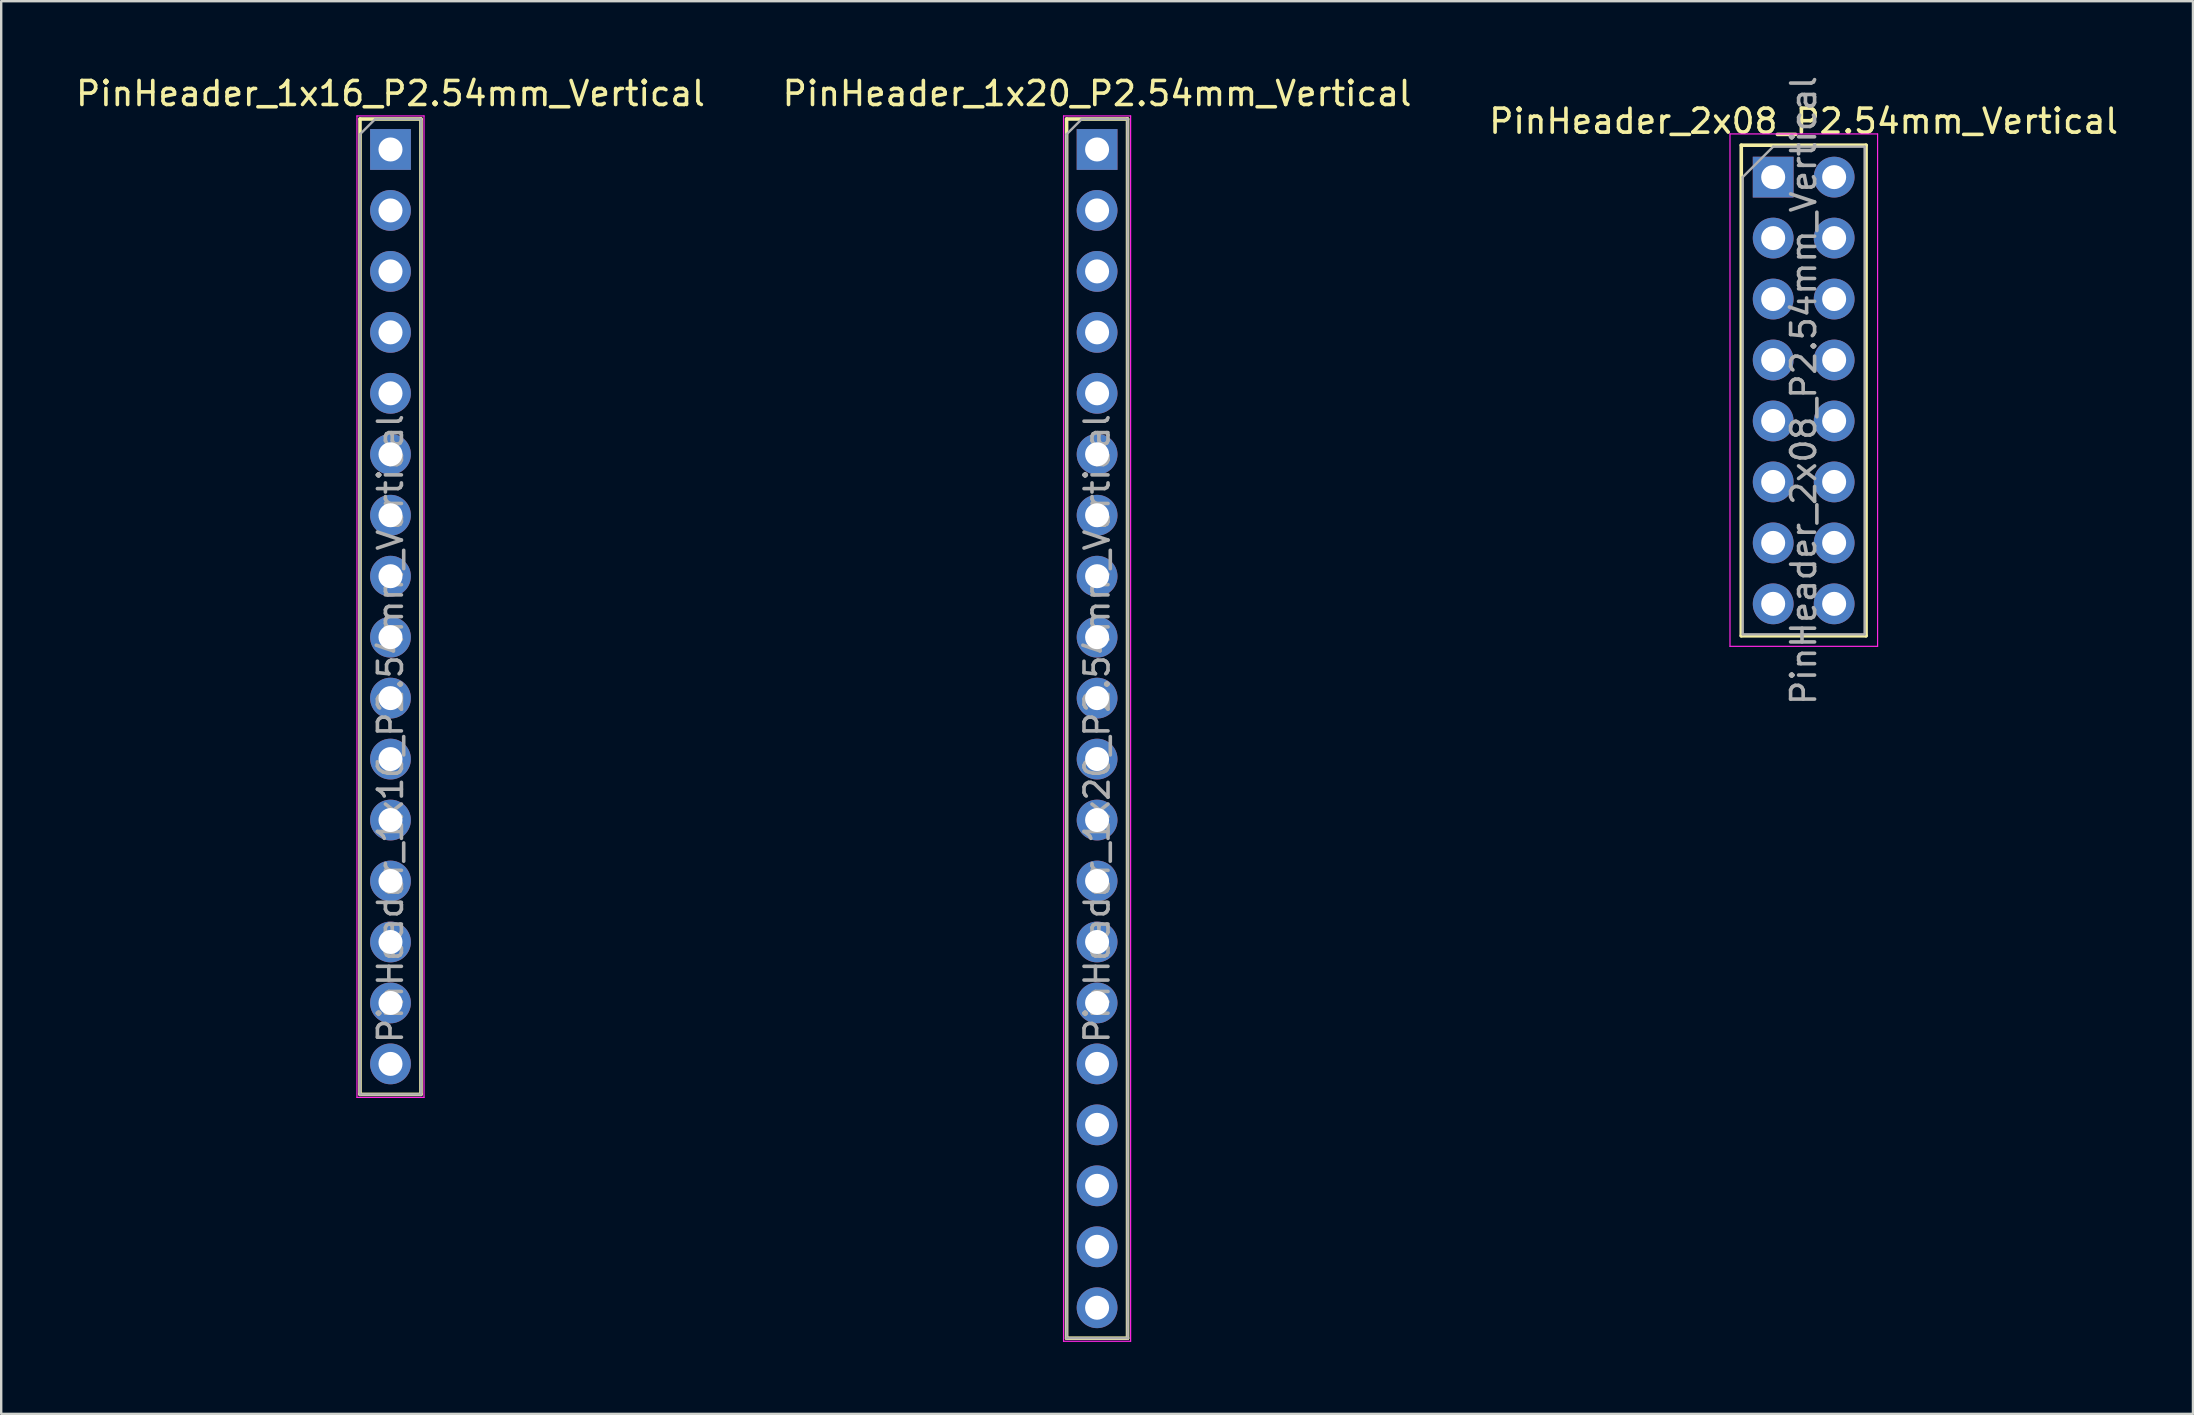
<source format=kicad_pcb>
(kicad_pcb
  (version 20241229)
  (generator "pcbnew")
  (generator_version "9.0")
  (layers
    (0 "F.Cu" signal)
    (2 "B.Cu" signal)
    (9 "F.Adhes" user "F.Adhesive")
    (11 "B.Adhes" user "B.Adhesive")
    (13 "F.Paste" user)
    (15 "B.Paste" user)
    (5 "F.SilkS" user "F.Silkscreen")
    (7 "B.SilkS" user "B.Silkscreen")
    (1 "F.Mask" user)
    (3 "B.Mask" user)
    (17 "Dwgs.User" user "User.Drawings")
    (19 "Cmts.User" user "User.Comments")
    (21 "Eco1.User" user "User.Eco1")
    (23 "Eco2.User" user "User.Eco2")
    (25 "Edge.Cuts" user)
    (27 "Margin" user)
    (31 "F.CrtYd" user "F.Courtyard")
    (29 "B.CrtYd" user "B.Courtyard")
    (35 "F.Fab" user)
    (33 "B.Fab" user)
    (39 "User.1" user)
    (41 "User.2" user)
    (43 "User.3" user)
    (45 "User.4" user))
  (footprint "PinHeader_2x08_P2.54mm_Vertical"
    (layer "F.Cu")
    (at 70.831 4.33)
    (property "Reference" "PinHeader_2x08_P2.54mm_Vertical" (at 1.27 -2.33 0) (layer "F.SilkS") (effects (font (size 1 1) (thickness 0.15))))
    (attr through_hole)
    (fp_line (start -1.33 -1.33) (end -1.33 19.11) (stroke (width 0.15) (type solid)) (layer "F.SilkS"))
    (fp_line (start -1.33 -1.33) (end 3.87 -1.33) (stroke (width 0.15) (type solid)) (layer "F.SilkS"))
    (fp_line (start -1.33 19.11) (end 3.87 19.11) (stroke (width 0.15) (type solid)) (layer "F.SilkS"))
    (fp_line (start 3.87 -1.33) (end 3.87 19.11) (stroke (width 0.15) (type solid)) (layer "F.SilkS"))
    (fp_line (start -1.8 -1.8) (end -1.8 19.55) (stroke (width 0.05) (type solid)) (layer "F.CrtYd"))
    (fp_line (start -1.8 19.55) (end 4.35 19.55) (stroke (width 0.05) (type solid)) (layer "F.CrtYd"))
    (fp_line (start 4.35 -1.8) (end -1.8 -1.8) (stroke (width 0.05) (type solid)) (layer "F.CrtYd"))
    (fp_line (start 4.35 19.55) (end 4.35 -1.8) (stroke (width 0.05) (type solid)) (layer "F.CrtYd"))
    (fp_line (start -1.27 0) (end 0 -1.27) (stroke (width 0.1) (type solid)) (layer "F.Fab"))
    (fp_line (start -1.27 19.05) (end -1.27 0) (stroke (width 0.1) (type solid)) (layer "F.Fab"))
    (fp_line (start 0 -1.27) (end 3.81 -1.27) (stroke (width 0.1) (type solid)) (layer "F.Fab"))
    (fp_line (start 3.81 -1.27) (end 3.81 19.05) (stroke (width 0.1) (type solid)) (layer "F.Fab"))
    (fp_line (start 3.81 19.05) (end -1.27 19.05) (stroke (width 0.1) (type solid)) (layer "F.Fab"))
    (fp_text user "${REFERENCE}" (at 1.27 8.89 90) (layer "F.Fab") (effects (font (size 1 1) (thickness 0.15))))
    (pad "1" thru_hole rect (at 0 0) (size 1.7 1.7) (drill 1) (layers "*.Cu" "*.Mask"))
    (pad "2" thru_hole oval (at 2.54 0) (size 1.7 1.7) (drill 1) (layers "*.Cu" "*.Mask"))
    (pad "3" thru_hole oval (at 0 2.54) (size 1.7 1.7) (drill 1) (layers "*.Cu" "*.Mask"))
    (pad "4" thru_hole oval (at 2.54 2.54) (size 1.7 1.7) (drill 1) (layers "*.Cu" "*.Mask"))
    (pad "5" thru_hole oval (at 0 5.08) (size 1.7 1.7) (drill 1) (layers "*.Cu" "*.Mask"))
    (pad "6" thru_hole oval (at 2.54 5.08) (size 1.7 1.7) (drill 1) (layers "*.Cu" "*.Mask"))
    (pad "7" thru_hole oval (at 0 7.62) (size 1.7 1.7) (drill 1) (layers "*.Cu" "*.Mask"))
    (pad "8" thru_hole oval (at 2.54 7.62) (size 1.7 1.7) (drill 1) (layers "*.Cu" "*.Mask"))
    (pad "9" thru_hole oval (at 0 10.16) (size 1.7 1.7) (drill 1) (layers "*.Cu" "*.Mask"))
    (pad "10" thru_hole oval (at 2.54 10.16) (size 1.7 1.7) (drill 1) (layers "*.Cu" "*.Mask"))
    (pad "11" thru_hole oval (at 0 12.7) (size 1.7 1.7) (drill 1) (layers "*.Cu" "*.Mask"))
    (pad "12" thru_hole oval (at 2.54 12.7) (size 1.7 1.7) (drill 1) (layers "*.Cu" "*.Mask"))
    (pad "13" thru_hole oval (at 0 15.24) (size 1.7 1.7) (drill 1) (layers "*.Cu" "*.Mask"))
    (pad "14" thru_hole oval (at 2.54 15.24) (size 1.7 1.7) (drill 1) (layers "*.Cu" "*.Mask"))
    (pad "15" thru_hole oval (at 0 17.78) (size 1.7 1.7) (drill 1) (layers "*.Cu" "*.Mask"))
    (pad "16" thru_hole oval (at 2.54 17.78) (size 1.7 1.7) (drill 1) (layers "*.Cu" "*.Mask")))
  (footprint "PinHeader_1x16_P2.54mm_Vertical"
    (layer "F.Cu")
    (at 13.22 3.178)
    (property "Reference" "PinHeader_1x16_P2.54mm_Vertical" (at 0 -2.33 0) (layer "F.SilkS") (effects (font (size 1 1) (thickness 0.15))))
    (attr through_hole)
    (fp_line (start -1.27 -1.27) (end -1.27 39.37) (stroke (width 0.15) (type solid)) (layer "F.SilkS"))
    (fp_line (start -1.27 -1.27) (end 1.27 -1.27) (stroke (width 0.15) (type solid)) (layer "F.SilkS"))
    (fp_line (start -1.27 39.37) (end 1.27 39.37) (stroke (width 0.15) (type solid)) (layer "F.SilkS"))
    (fp_line (start 1.27 -1.27) (end 1.27 39.37) (stroke (width 0.15) (type solid)) (layer "F.SilkS"))
    (fp_line (start -1.397 -1.397) (end -1.397 39.497) (stroke (width 0.05) (type solid)) (layer "F.CrtYd"))
    (fp_line (start -1.397 39.497) (end 1.397 39.497) (stroke (width 0.05) (type solid)) (layer "F.CrtYd"))
    (fp_line (start 1.397 -1.397) (end -1.397 -1.397) (stroke (width 0.05) (type solid)) (layer "F.CrtYd"))
    (fp_line (start 1.397 39.497) (end 1.397 -1.397) (stroke (width 0.05) (type solid)) (layer "F.CrtYd"))
    (fp_line (start -1.27 -0.635) (end -0.635 -1.27) (stroke (width 0.1) (type solid)) (layer "F.Fab"))
    (fp_line (start -1.27 39.37) (end -1.27 -0.635) (stroke (width 0.1) (type solid)) (layer "F.Fab"))
    (fp_line (start -0.635 -1.27) (end 1.27 -1.27) (stroke (width 0.1) (type solid)) (layer "F.Fab"))
    (fp_line (start 1.27 -1.27) (end 1.27 39.37) (stroke (width 0.1) (type solid)) (layer "F.Fab"))
    (fp_line (start 1.27 39.37) (end -1.27 39.37) (stroke (width 0.1) (type solid)) (layer "F.Fab"))
    (fp_text user "${REFERENCE}" (at 0 24.13 90) (layer "F.Fab") (effects (font (size 1 1) (thickness 0.15))))
    (pad "1" thru_hole rect (at 0 0) (size 1.7 1.7) (drill 1) (layers "*.Cu" "*.Mask"))
    (pad "2" thru_hole oval (at 0 2.54) (size 1.7 1.7) (drill 1) (layers "*.Cu" "*.Mask"))
    (pad "3" thru_hole oval (at 0 5.08) (size 1.7 1.7) (drill 1) (layers "*.Cu" "*.Mask"))
    (pad "4" thru_hole oval (at 0 7.62) (size 1.7 1.7) (drill 1) (layers "*.Cu" "*.Mask"))
    (pad "5" thru_hole oval (at 0 10.16) (size 1.7 1.7) (drill 1) (layers "*.Cu" "*.Mask"))
    (pad "6" thru_hole oval (at 0 12.7) (size 1.7 1.7) (drill 1) (layers "*.Cu" "*.Mask"))
    (pad "7" thru_hole oval (at 0 15.24) (size 1.7 1.7) (drill 1) (layers "*.Cu" "*.Mask"))
    (pad "8" thru_hole oval (at 0 17.78) (size 1.7 1.7) (drill 1) (layers "*.Cu" "*.Mask"))
    (pad "9" thru_hole oval (at 0 20.32) (size 1.7 1.7) (drill 1) (layers "*.Cu" "*.Mask"))
    (pad "10" thru_hole oval (at 0 22.86) (size 1.7 1.7) (drill 1) (layers "*.Cu" "*.Mask"))
    (pad "11" thru_hole oval (at 0 25.4) (size 1.7 1.7) (drill 1) (layers "*.Cu" "*.Mask"))
    (pad "12" thru_hole oval (at 0 27.94) (size 1.7 1.7) (drill 1) (layers "*.Cu" "*.Mask"))
    (pad "13" thru_hole oval (at 0 30.48) (size 1.7 1.7) (drill 1) (layers "*.Cu" "*.Mask"))
    (pad "14" thru_hole oval (at 0 33.02) (size 1.7 1.7) (drill 1) (layers "*.Cu" "*.Mask"))
    (pad "15" thru_hole oval (at 0 35.56) (size 1.7 1.7) (drill 1) (layers "*.Cu" "*.Mask"))
    (pad "16" thru_hole oval (at 0 38.1) (size 1.7 1.7) (drill 1) (layers "*.Cu" "*.Mask")))
  (footprint "PinHeader_1x20_P2.54mm_Vertical"
    (layer "F.Cu")
    (at 42.661 3.178)
    (property "Reference" "PinHeader_1x20_P2.54mm_Vertical" (at 0 -2.33 0) (layer "F.SilkS") (effects (font (size 1 1) (thickness 0.15))))
    (attr through_hole)
    (fp_line (start -1.27 -1.27) (end -1.27 49.53) (stroke (width 0.15) (type solid)) (layer "F.SilkS"))
    (fp_line (start -1.27 -1.27) (end 1.27 -1.27) (stroke (width 0.15) (type solid)) (layer "F.SilkS"))
    (fp_line (start -1.27 49.53) (end 1.27 49.53) (stroke (width 0.15) (type solid)) (layer "F.SilkS"))
    (fp_line (start 1.27 -1.27) (end 1.27 49.53) (stroke (width 0.15) (type solid)) (layer "F.SilkS"))
    (fp_line (start -1.397 -1.397) (end -1.397 49.657) (stroke (width 0.05) (type solid)) (layer "F.CrtYd"))
    (fp_line (start -1.397 49.657) (end 1.397 49.657) (stroke (width 0.05) (type solid)) (layer "F.CrtYd"))
    (fp_line (start 1.397 -1.397) (end -1.397 -1.397) (stroke (width 0.05) (type solid)) (layer "F.CrtYd"))
    (fp_line (start 1.397 49.657) (end 1.397 -1.397) (stroke (width 0.05) (type solid)) (layer "F.CrtYd"))
    (fp_line (start -1.27 -0.635) (end -0.635 -1.27) (stroke (width 0.1) (type solid)) (layer "F.Fab"))
    (fp_line (start -1.27 49.53) (end -1.27 -0.635) (stroke (width 0.1) (type solid)) (layer "F.Fab"))
    (fp_line (start -0.635 -1.27) (end 1.27 -1.27) (stroke (width 0.1) (type solid)) (layer "F.Fab"))
    (fp_line (start 1.27 -1.27) (end 1.27 49.53) (stroke (width 0.1) (type solid)) (layer "F.Fab"))
    (fp_line (start 1.27 49.53) (end -1.27 49.53) (stroke (width 0.1) (type solid)) (layer "F.Fab"))
    (fp_text user "${REFERENCE}" (at 0 24.13 90) (layer "F.Fab") (effects (font (size 1 1) (thickness 0.15))))
    (pad "1" thru_hole rect (at 0 0) (size 1.7 1.7) (drill 1) (layers "*.Cu" "*.Mask"))
    (pad "2" thru_hole oval (at 0 2.54) (size 1.7 1.7) (drill 1) (layers "*.Cu" "*.Mask"))
    (pad "3" thru_hole oval (at 0 5.08) (size 1.7 1.7) (drill 1) (layers "*.Cu" "*.Mask"))
    (pad "4" thru_hole oval (at 0 7.62) (size 1.7 1.7) (drill 1) (layers "*.Cu" "*.Mask"))
    (pad "5" thru_hole oval (at 0 10.16) (size 1.7 1.7) (drill 1) (layers "*.Cu" "*.Mask"))
    (pad "6" thru_hole oval (at 0 12.7) (size 1.7 1.7) (drill 1) (layers "*.Cu" "*.Mask"))
    (pad "7" thru_hole oval (at 0 15.24) (size 1.7 1.7) (drill 1) (layers "*.Cu" "*.Mask"))
    (pad "8" thru_hole oval (at 0 17.78) (size 1.7 1.7) (drill 1) (layers "*.Cu" "*.Mask"))
    (pad "9" thru_hole oval (at 0 20.32) (size 1.7 1.7) (drill 1) (layers "*.Cu" "*.Mask"))
    (pad "10" thru_hole oval (at 0 22.86) (size 1.7 1.7) (drill 1) (layers "*.Cu" "*.Mask"))
    (pad "11" thru_hole oval (at 0 25.4) (size 1.7 1.7) (drill 1) (layers "*.Cu" "*.Mask"))
    (pad "12" thru_hole oval (at 0 27.94) (size 1.7 1.7) (drill 1) (layers "*.Cu" "*.Mask"))
    (pad "13" thru_hole oval (at 0 30.48) (size 1.7 1.7) (drill 1) (layers "*.Cu" "*.Mask"))
    (pad "14" thru_hole oval (at 0 33.02) (size 1.7 1.7) (drill 1) (layers "*.Cu" "*.Mask"))
    (pad "15" thru_hole oval (at 0 35.56) (size 1.7 1.7) (drill 1) (layers "*.Cu" "*.Mask"))
    (pad "16" thru_hole oval (at 0 38.1) (size 1.7 1.7) (drill 1) (layers "*.Cu" "*.Mask"))
    (pad "17" thru_hole oval (at 0 40.64) (size 1.7 1.7) (drill 1) (layers "*.Cu" "*.Mask"))
    (pad "18" thru_hole oval (at 0 43.18) (size 1.7 1.7) (drill 1) (layers "*.Cu" "*.Mask"))
    (pad "19" thru_hole oval (at 0 45.72) (size 1.7 1.7) (drill 1) (layers "*.Cu" "*.Mask"))
    (pad "20" thru_hole oval (at 0 48.26) (size 1.7 1.7) (drill 1) (layers "*.Cu" "*.Mask")))
  (gr_rect
    (start -3 -3)
    (end 88.321 55.86)
    (stroke (width 0.1) (type default))
    (fill no)
    (layer "Edge.Cuts")))
</source>
